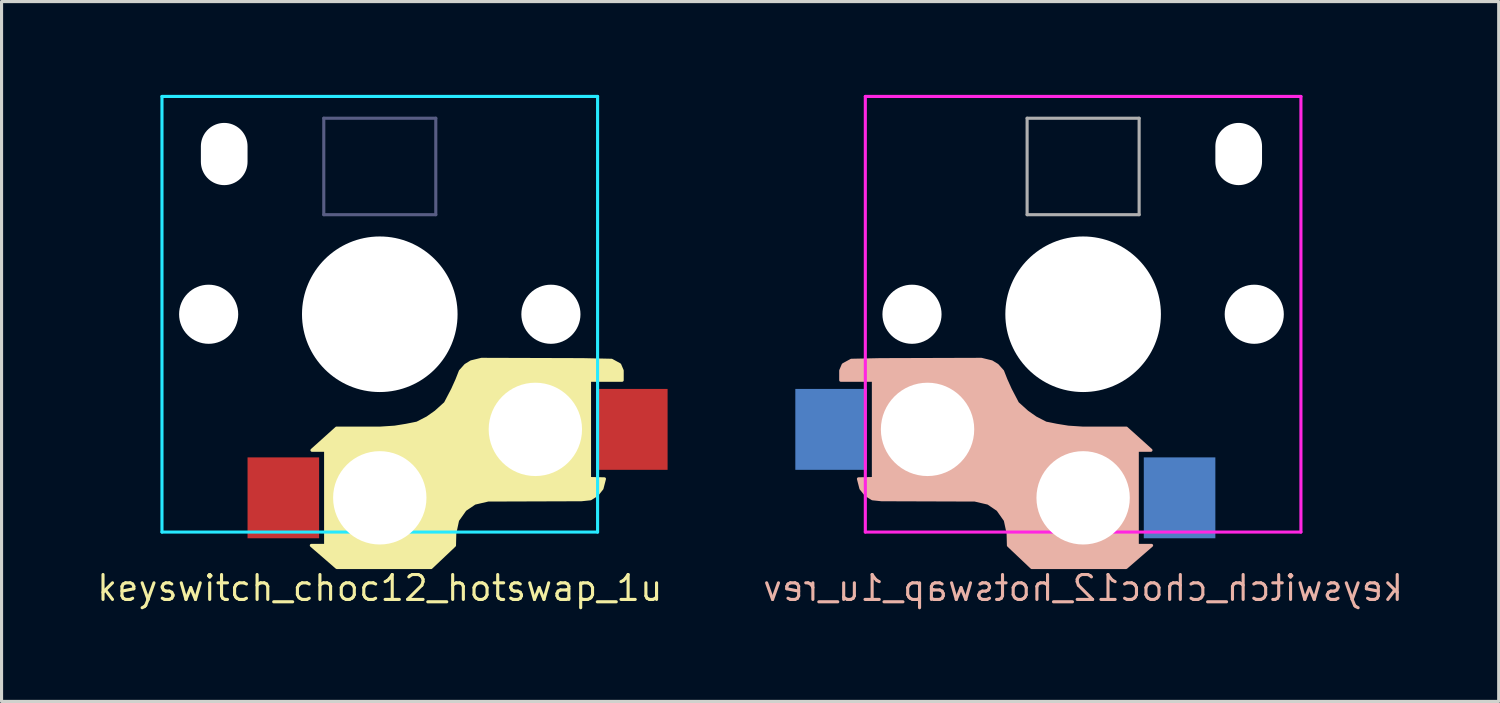
<source format=kicad_pcb>
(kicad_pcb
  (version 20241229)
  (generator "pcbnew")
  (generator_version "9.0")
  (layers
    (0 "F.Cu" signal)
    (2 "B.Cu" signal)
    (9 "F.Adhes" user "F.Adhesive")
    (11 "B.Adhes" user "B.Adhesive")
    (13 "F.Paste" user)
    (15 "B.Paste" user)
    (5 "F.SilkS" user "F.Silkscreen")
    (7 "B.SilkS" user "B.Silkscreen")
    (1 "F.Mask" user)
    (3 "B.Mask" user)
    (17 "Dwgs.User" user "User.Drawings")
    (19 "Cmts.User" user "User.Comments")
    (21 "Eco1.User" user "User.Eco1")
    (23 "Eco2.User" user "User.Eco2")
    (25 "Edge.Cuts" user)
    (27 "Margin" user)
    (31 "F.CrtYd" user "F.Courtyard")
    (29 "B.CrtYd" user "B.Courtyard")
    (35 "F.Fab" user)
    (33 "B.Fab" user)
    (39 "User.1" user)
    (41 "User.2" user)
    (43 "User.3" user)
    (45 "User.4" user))
  (footprint "keyswitch_choc12_hotswap_1u"
    (layer "F.Cu")
    (at 9.156 7.05)
    (property "Reference" "keyswitch_choc12_hotswap_1u" (at 0 8.8 0) (layer "F.SilkS") (effects (font (size 0.8 0.8) (thickness 0.1) (bold yes))))
    (attr smd)
    (fp_poly (pts (xy 1.8 3.14) (xy 2.11 2.86) (xy 2.34 2.42) (xy 2.48 2.11) (xy 2.59 1.83) (xy 2.76 1.64) (xy 2.94 1.53) (xy 3.27 1.45) (xy 6.52 1.46) (xy 7.45 1.48) (xy 7.71 1.622) (xy 7.79 1.81) (xy 7.79 2.12) (xy 6.74 2.12) (xy 6.74 5.28) (xy 7.22 5.29) (xy 7.14 5.6) (xy 6.98 5.8) (xy 6.77 5.93) (xy 6.48 5.96) (xy 3.48 5.97) (xy 3.05 6.07) (xy 2.74 6.28) (xy 2.5 6.62) (xy 2.41 7.04) (xy 2.4 7.43) (xy 1.65 8.14) (xy -1.38 8.14) (xy -2.2 7.43) (xy -1.74 7.43) (xy -1.74 4.37) (xy -2.18 4.37) (xy -1.39 3.66) (xy 0.02 3.66) (xy 0.48 3.63) (xy 0.85 3.57) (xy 1.2 3.5) (xy 1.53 3.33)) (stroke (width 0.1) (type solid)) (fill yes) (layer "F.SilkS"))
    (fp_line (start -7 -7) (end -7 7) (stroke (width 0.1) (type solid)) (layer "B.CrtYd"))
    (fp_line (start -7 7) (end 7 7) (stroke (width 0.1) (type solid)) (layer "B.CrtYd"))
    (fp_line (start 7 -7) (end -7 -7) (stroke (width 0.1) (type solid)) (layer "B.CrtYd"))
    (fp_line (start 7 7) (end 7 -7) (stroke (width 0.1) (type solid)) (layer "B.CrtYd"))
    (fp_line (start -1.8 -6.3) (end 1.8 -6.3) (stroke (width 0.1) (type default)) (layer "B.Fab"))
    (fp_line (start -1.8 -3.2) (end -1.8 -6.3) (stroke (width 0.1) (type default)) (layer "B.Fab"))
    (fp_line (start -1.8 -3.2) (end 1.8 -3.2) (stroke (width 0.1) (type default)) (layer "B.Fab"))
    (fp_line (start 1.8 -3.2) (end 1.8 -6.3) (stroke (width 0.1) (type default)) (layer "B.Fab"))
    (pad "" np_thru_hole circle (at -5.5 0 270) (size 1.9 1.9) (drill 1.9) (layers "*.Cu" "*.Mask"))
    (pad "" np_thru_hole oval (at -5 -5.15) (size 1.5 2) (drill oval 1.5 2) (layers "*.Cu" "*.Mask"))
    (pad "" np_thru_hole circle (at 0 0 270) (size 5 5) (drill 5) (layers "*.Cu" "*.Mask"))
    (pad "" np_thru_hole circle (at 0 5.9 270) (size 3 3) (drill 3) (layers "*.Cu" "*.Mask"))
    (pad "" np_thru_hole circle (at 5 3.7 270) (size 3 3) (drill 3) (layers "*.Cu" "*.Mask"))
    (pad "" np_thru_hole circle (at 5.5 0 270) (size 1.9 1.9) (drill 1.9) (layers "*.Cu" "*.Mask"))
    (pad "1" smd rect (at 8.1 3.7 180) (size 2.3 2.6) (layers "F.Cu" "F.Mask" "F.Paste"))
    (pad "2" smd rect (at -3.1 5.9 180) (size 2.3 2.6) (layers "F.Cu" "F.Mask" "F.Paste")))
  (footprint "keyswitch_choc12_hotswap_1u_rev"
    (layer "F.Cu")
    (at 31.761 7.05)
    (property "Reference" "keyswitch_choc12_hotswap_1u_rev" (at 0 8.8 0) (layer "B.SilkS") (effects (font (size 0.8 0.8) (thickness 0.1) (bold yes)) (justify mirror)))
    (attr smd)
    (fp_poly (pts (xy -1.8 3.14) (xy -2.11 2.86) (xy -2.34 2.42) (xy -2.48 2.11) (xy -2.59 1.83) (xy -2.76 1.64) (xy -2.94 1.53) (xy -3.27 1.45) (xy -6.52 1.46) (xy -7.45 1.48) (xy -7.71 1.622) (xy -7.79 1.81) (xy -7.79 2.12) (xy -6.74 2.12) (xy -6.74 5.28) (xy -7.22 5.29) (xy -7.14 5.6) (xy -6.98 5.8) (xy -6.77 5.93) (xy -6.48 5.96) (xy -3.48 5.97) (xy -3.05 6.07) (xy -2.74 6.28) (xy -2.5 6.62) (xy -2.41 7.04) (xy -2.4 7.43) (xy -1.65 8.14) (xy 1.38 8.14) (xy 2.2 7.43) (xy 1.74 7.43) (xy 1.74 4.37) (xy 2.18 4.37) (xy 1.39 3.66) (xy -0.02 3.66) (xy -0.48 3.63) (xy -0.85 3.57) (xy -1.2 3.5) (xy -1.53 3.33)) (stroke (width 0.1) (type solid)) (fill yes) (layer "B.SilkS"))
    (fp_line (start -7 -7) (end 7 -7) (stroke (width 0.1) (type solid)) (layer "F.CrtYd"))
    (fp_line (start -7 7) (end -7 -7) (stroke (width 0.1) (type solid)) (layer "F.CrtYd"))
    (fp_line (start 7 -7) (end 7 7) (stroke (width 0.1) (type solid)) (layer "F.CrtYd"))
    (fp_line (start 7 7) (end -7 7) (stroke (width 0.1) (type solid)) (layer "F.CrtYd"))
    (fp_line (start -1.8 -3.2) (end -1.8 -6.3) (stroke (width 0.1) (type default)) (layer "F.Fab"))
    (fp_line (start 1.8 -6.3) (end -1.8 -6.3) (stroke (width 0.1) (type default)) (layer "F.Fab"))
    (fp_line (start 1.8 -3.2) (end -1.8 -3.2) (stroke (width 0.1) (type default)) (layer "F.Fab"))
    (fp_line (start 1.8 -3.2) (end 1.8 -6.3) (stroke (width 0.1) (type default)) (layer "F.Fab"))
    (pad "" np_thru_hole circle (at -5.5 0 90) (size 1.9 1.9) (drill 1.9) (layers "*.Cu" "*.Mask"))
    (pad "" np_thru_hole circle (at -5 3.7 90) (size 3 3) (drill 3) (layers "*.Cu" "*.Mask"))
    (pad "" np_thru_hole circle (at 0 0 90) (size 5 5) (drill 5) (layers "*.Cu" "*.Mask"))
    (pad "" np_thru_hole circle (at 0 5.9 90) (size 3 3) (drill 3) (layers "*.Cu" "*.Mask"))
    (pad "" np_thru_hole oval (at 5 -5.15) (size 1.5 2) (drill oval 1.5 2) (layers "*.Cu" "*.Mask"))
    (pad "" np_thru_hole circle (at 5.5 0 90) (size 1.9 1.9) (drill 1.9) (layers "*.Cu" "*.Mask"))
    (pad "1" smd rect (at -8.1 3.7 180) (size 2.3 2.6) (layers "B.Cu" "B.Mask" "B.Paste"))
    (pad "2" smd rect (at 3.1 5.9 180) (size 2.3 2.6) (layers "B.Cu" "B.Mask" "B.Paste")))
  (gr_rect
    (start -3 -3)
    (end 45.117 19.494)
    (stroke (width 0.1) (type default))
    (fill no)
    (layer "Edge.Cuts")))
</source>
